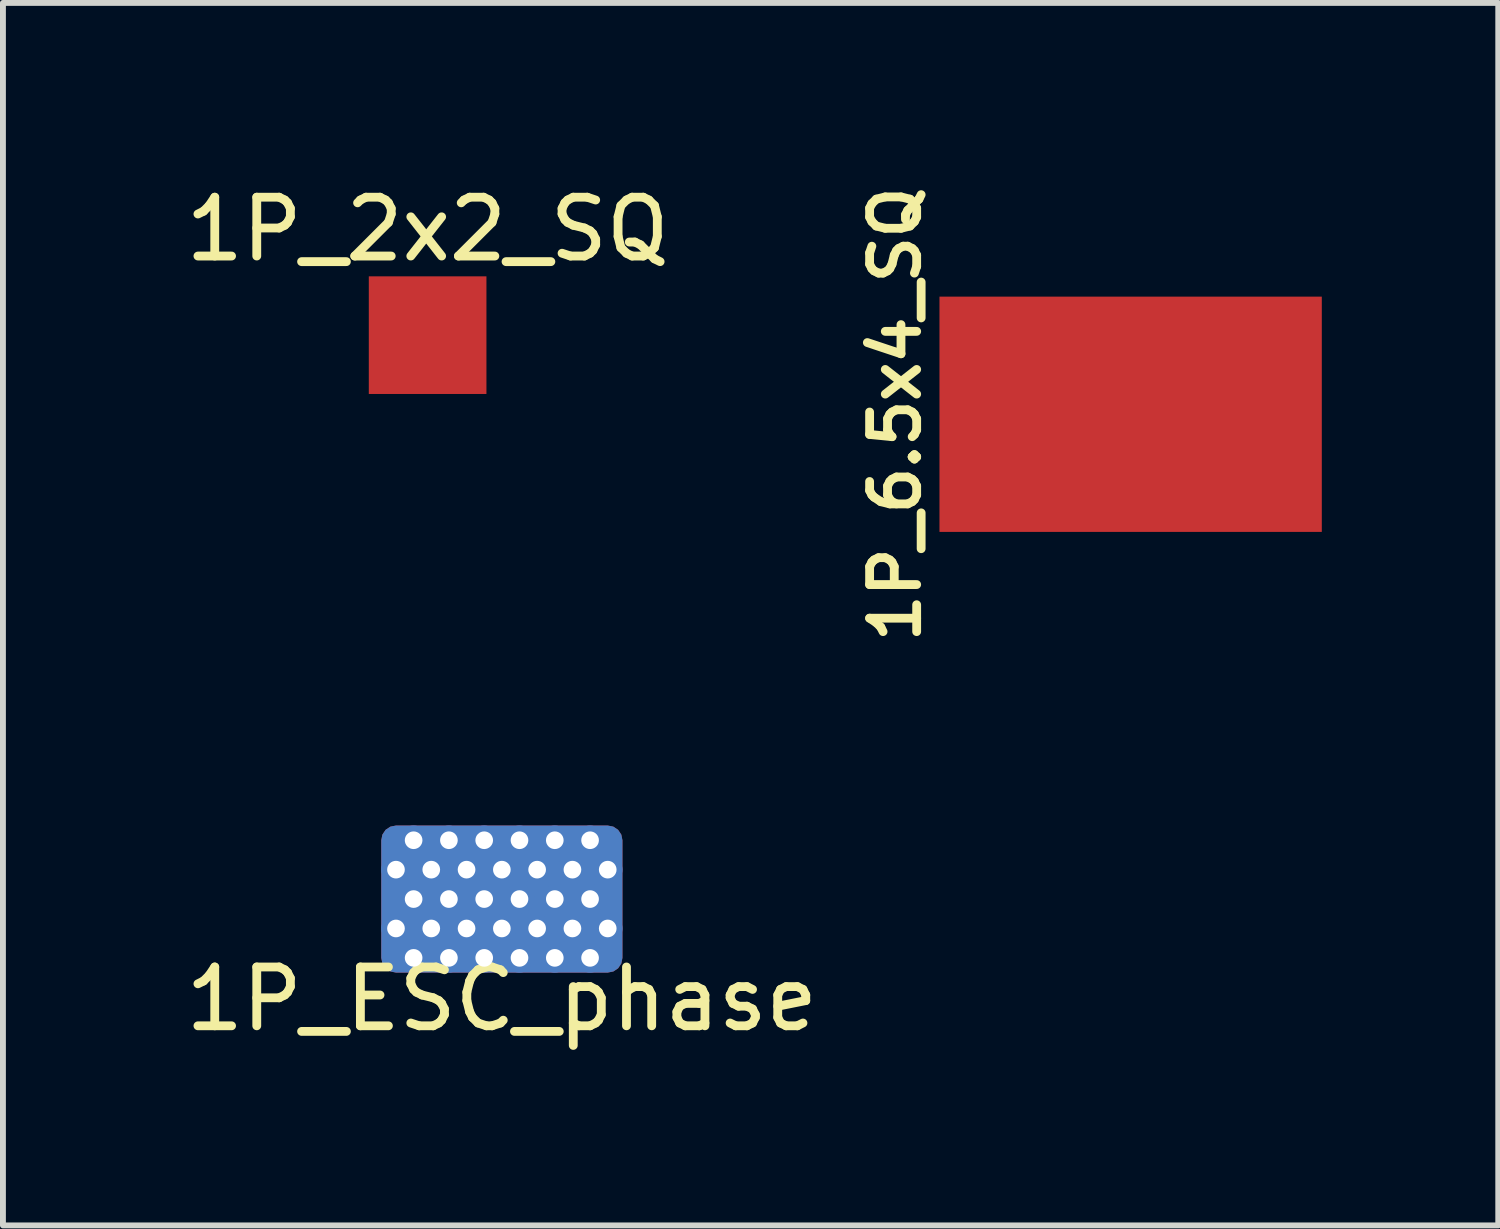
<source format=kicad_pcb>
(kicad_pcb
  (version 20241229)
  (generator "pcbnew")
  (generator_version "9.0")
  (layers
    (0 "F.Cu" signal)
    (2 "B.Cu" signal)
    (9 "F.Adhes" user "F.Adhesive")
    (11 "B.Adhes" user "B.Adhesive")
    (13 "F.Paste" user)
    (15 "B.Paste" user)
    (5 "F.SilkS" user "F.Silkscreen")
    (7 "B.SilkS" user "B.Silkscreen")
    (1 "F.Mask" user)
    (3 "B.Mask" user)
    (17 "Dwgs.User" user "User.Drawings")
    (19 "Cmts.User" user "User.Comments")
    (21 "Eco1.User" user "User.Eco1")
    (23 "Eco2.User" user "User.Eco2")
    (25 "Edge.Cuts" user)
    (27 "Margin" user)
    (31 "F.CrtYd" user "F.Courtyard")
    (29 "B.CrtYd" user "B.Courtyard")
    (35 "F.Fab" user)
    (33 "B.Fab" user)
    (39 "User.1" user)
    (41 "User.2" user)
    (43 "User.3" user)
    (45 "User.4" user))
  (footprint "1P_ESC_phase"
    (layer "F.Cu")
    (at 5.482 11.235)
    (property "Reference" "1P_ESC_phase" (at 0 2.7 0) (layer "F.SilkS") (effects (font (size 1 1) (thickness 0.15))))
    (attr exclude_from_pos_files exclude_from_bom)
    (pad "1" thru_hole circle (at -1.8 0.5) (size 0.5 0.5) (drill 0.3) (layers "*.Cu" "*.Mask"))
    (pad "1" thru_hole circle (at -1.8 1.5) (size 0.5 0.5) (drill 0.3) (layers "*.Cu" "*.Mask"))
    (pad "1" thru_hole circle (at -1.5 0) (size 0.5 0.5) (drill 0.3) (layers "*.Cu" "*.Mask"))
    (pad "1" thru_hole circle (at -1.5 1) (size 0.5 0.5) (drill 0.3) (layers "*.Cu" "*.Mask"))
    (pad "1" thru_hole circle (at -1.5 2) (size 0.5 0.5) (drill 0.3) (layers "*.Cu" "*.Mask"))
    (pad "1" thru_hole circle (at -1.2 0.5) (size 0.5 0.5) (drill 0.3) (layers "*.Cu" "*.Mask"))
    (pad "1" thru_hole circle (at -1.2 1.5) (size 0.5 0.5) (drill 0.3) (layers "*.Cu" "*.Mask"))
    (pad "1" thru_hole circle (at -0.9 0) (size 0.5 0.5) (drill 0.3) (layers "*.Cu" "*.Mask"))
    (pad "1" thru_hole circle (at -0.9 1) (size 0.5 0.5) (drill 0.3) (layers "*.Cu" "*.Mask"))
    (pad "1" thru_hole circle (at -0.9 2) (size 0.5 0.5) (drill 0.3) (layers "*.Cu" "*.Mask"))
    (pad "1" thru_hole circle (at -0.6 0.5) (size 0.5 0.5) (drill 0.3) (layers "*.Cu" "*.Mask"))
    (pad "1" thru_hole circle (at -0.6 1.5) (size 0.5 0.5) (drill 0.3) (layers "*.Cu" "*.Mask"))
    (pad "1" thru_hole circle (at -0.3 0) (size 0.5 0.5) (drill 0.3) (layers "*.Cu" "*.Mask"))
    (pad "1" thru_hole circle (at -0.3 1) (size 0.5 0.5) (drill 0.3) (layers "*.Cu" "*.Mask"))
    (pad "1" thru_hole circle (at -0.3 2) (size 0.5 0.5) (drill 0.3) (layers "*.Cu" "*.Mask"))
    (pad "1" thru_hole circle (at 0 0.5) (size 0.5 0.5) (drill 0.3) (layers "*.Cu" "*.Mask"))
    (pad "1" connect roundrect (at 0 1) (size 4.1 2.5) (layers "F.Cu" "F.Mask") (roundrect_rratio 0.1))
    (pad "1" connect roundrect (at 0 1) (size 4.1 2.5) (layers "B.Cu" "B.Mask") (roundrect_rratio 0.1))
    (pad "1" thru_hole circle (at 0 1.5) (size 0.5 0.5) (drill 0.3) (layers "*.Cu" "*.Mask"))
    (pad "1" thru_hole circle (at 0.3 0) (size 0.5 0.5) (drill 0.3) (layers "*.Cu" "*.Mask"))
    (pad "1" thru_hole circle (at 0.3 1) (size 0.5 0.5) (drill 0.3) (layers "*.Cu" "*.Mask"))
    (pad "1" thru_hole circle (at 0.3 2) (size 0.5 0.5) (drill 0.3) (layers "*.Cu" "*.Mask"))
    (pad "1" thru_hole circle (at 0.6 0.5) (size 0.5 0.5) (drill 0.3) (layers "*.Cu" "*.Mask"))
    (pad "1" thru_hole circle (at 0.6 1.5) (size 0.5 0.5) (drill 0.3) (layers "*.Cu" "*.Mask"))
    (pad "1" thru_hole circle (at 0.9 0) (size 0.5 0.5) (drill 0.3) (layers "*.Cu" "*.Mask"))
    (pad "1" thru_hole circle (at 0.9 1) (size 0.5 0.5) (drill 0.3) (layers "*.Cu" "*.Mask"))
    (pad "1" thru_hole circle (at 0.9 2) (size 0.5 0.5) (drill 0.3) (layers "*.Cu" "*.Mask"))
    (pad "1" thru_hole circle (at 1.2 0.5) (size 0.5 0.5) (drill 0.3) (layers "*.Cu" "*.Mask"))
    (pad "1" thru_hole circle (at 1.2 1.5) (size 0.5 0.5) (drill 0.3) (layers "*.Cu" "*.Mask"))
    (pad "1" thru_hole circle (at 1.5 0) (size 0.5 0.5) (drill 0.3) (layers "*.Cu" "*.Mask"))
    (pad "1" thru_hole circle (at 1.5 1) (size 0.5 0.5) (drill 0.3) (layers "*.Cu" "*.Mask"))
    (pad "1" thru_hole circle (at 1.5 2) (size 0.5 0.5) (drill 0.3) (layers "*.Cu" "*.Mask"))
    (pad "1" thru_hole circle (at 1.8 0.5) (size 0.5 0.5) (drill 0.3) (layers "*.Cu" "*.Mask"))
    (pad "1" thru_hole circle (at 1.8 1.5) (size 0.5 0.5) (drill 0.3) (layers "*.Cu" "*.Mask")))
  (footprint "1P_6.5x4_SQ"
    (layer "F.Cu")
    (at 16.172 3.993)
    (property "Reference" "1P_6.5x4_SQ" (at -4 0 90) (unlocked yes) (layer "F.SilkS") (effects (font (size 0.8 0.8) (thickness 0.15))))
    (pad "1" connect rect (at 0 0) (size 6.5 4) (layers "F.Cu" "F.Mask")))
  (footprint "1P_2x2_SQ"
    (layer "F.Cu")
    (at 4.22 2.648)
    (property "Reference" "1P_2x2_SQ" (at 0 -1.8 0) (layer "F.SilkS") (effects (font (size 1 1) (thickness 0.15))))
    (attr exclude_from_pos_files exclude_from_bom)
    (pad "1" connect rect (at 0 0) (size 2 2) (layers "F.Cu" "F.Mask")))
  (gr_rect
    (start -3 -3)
    (end 22.422 17.783)
    (stroke (width 0.1) (type default))
    (fill no)
    (layer "Edge.Cuts")))
</source>
